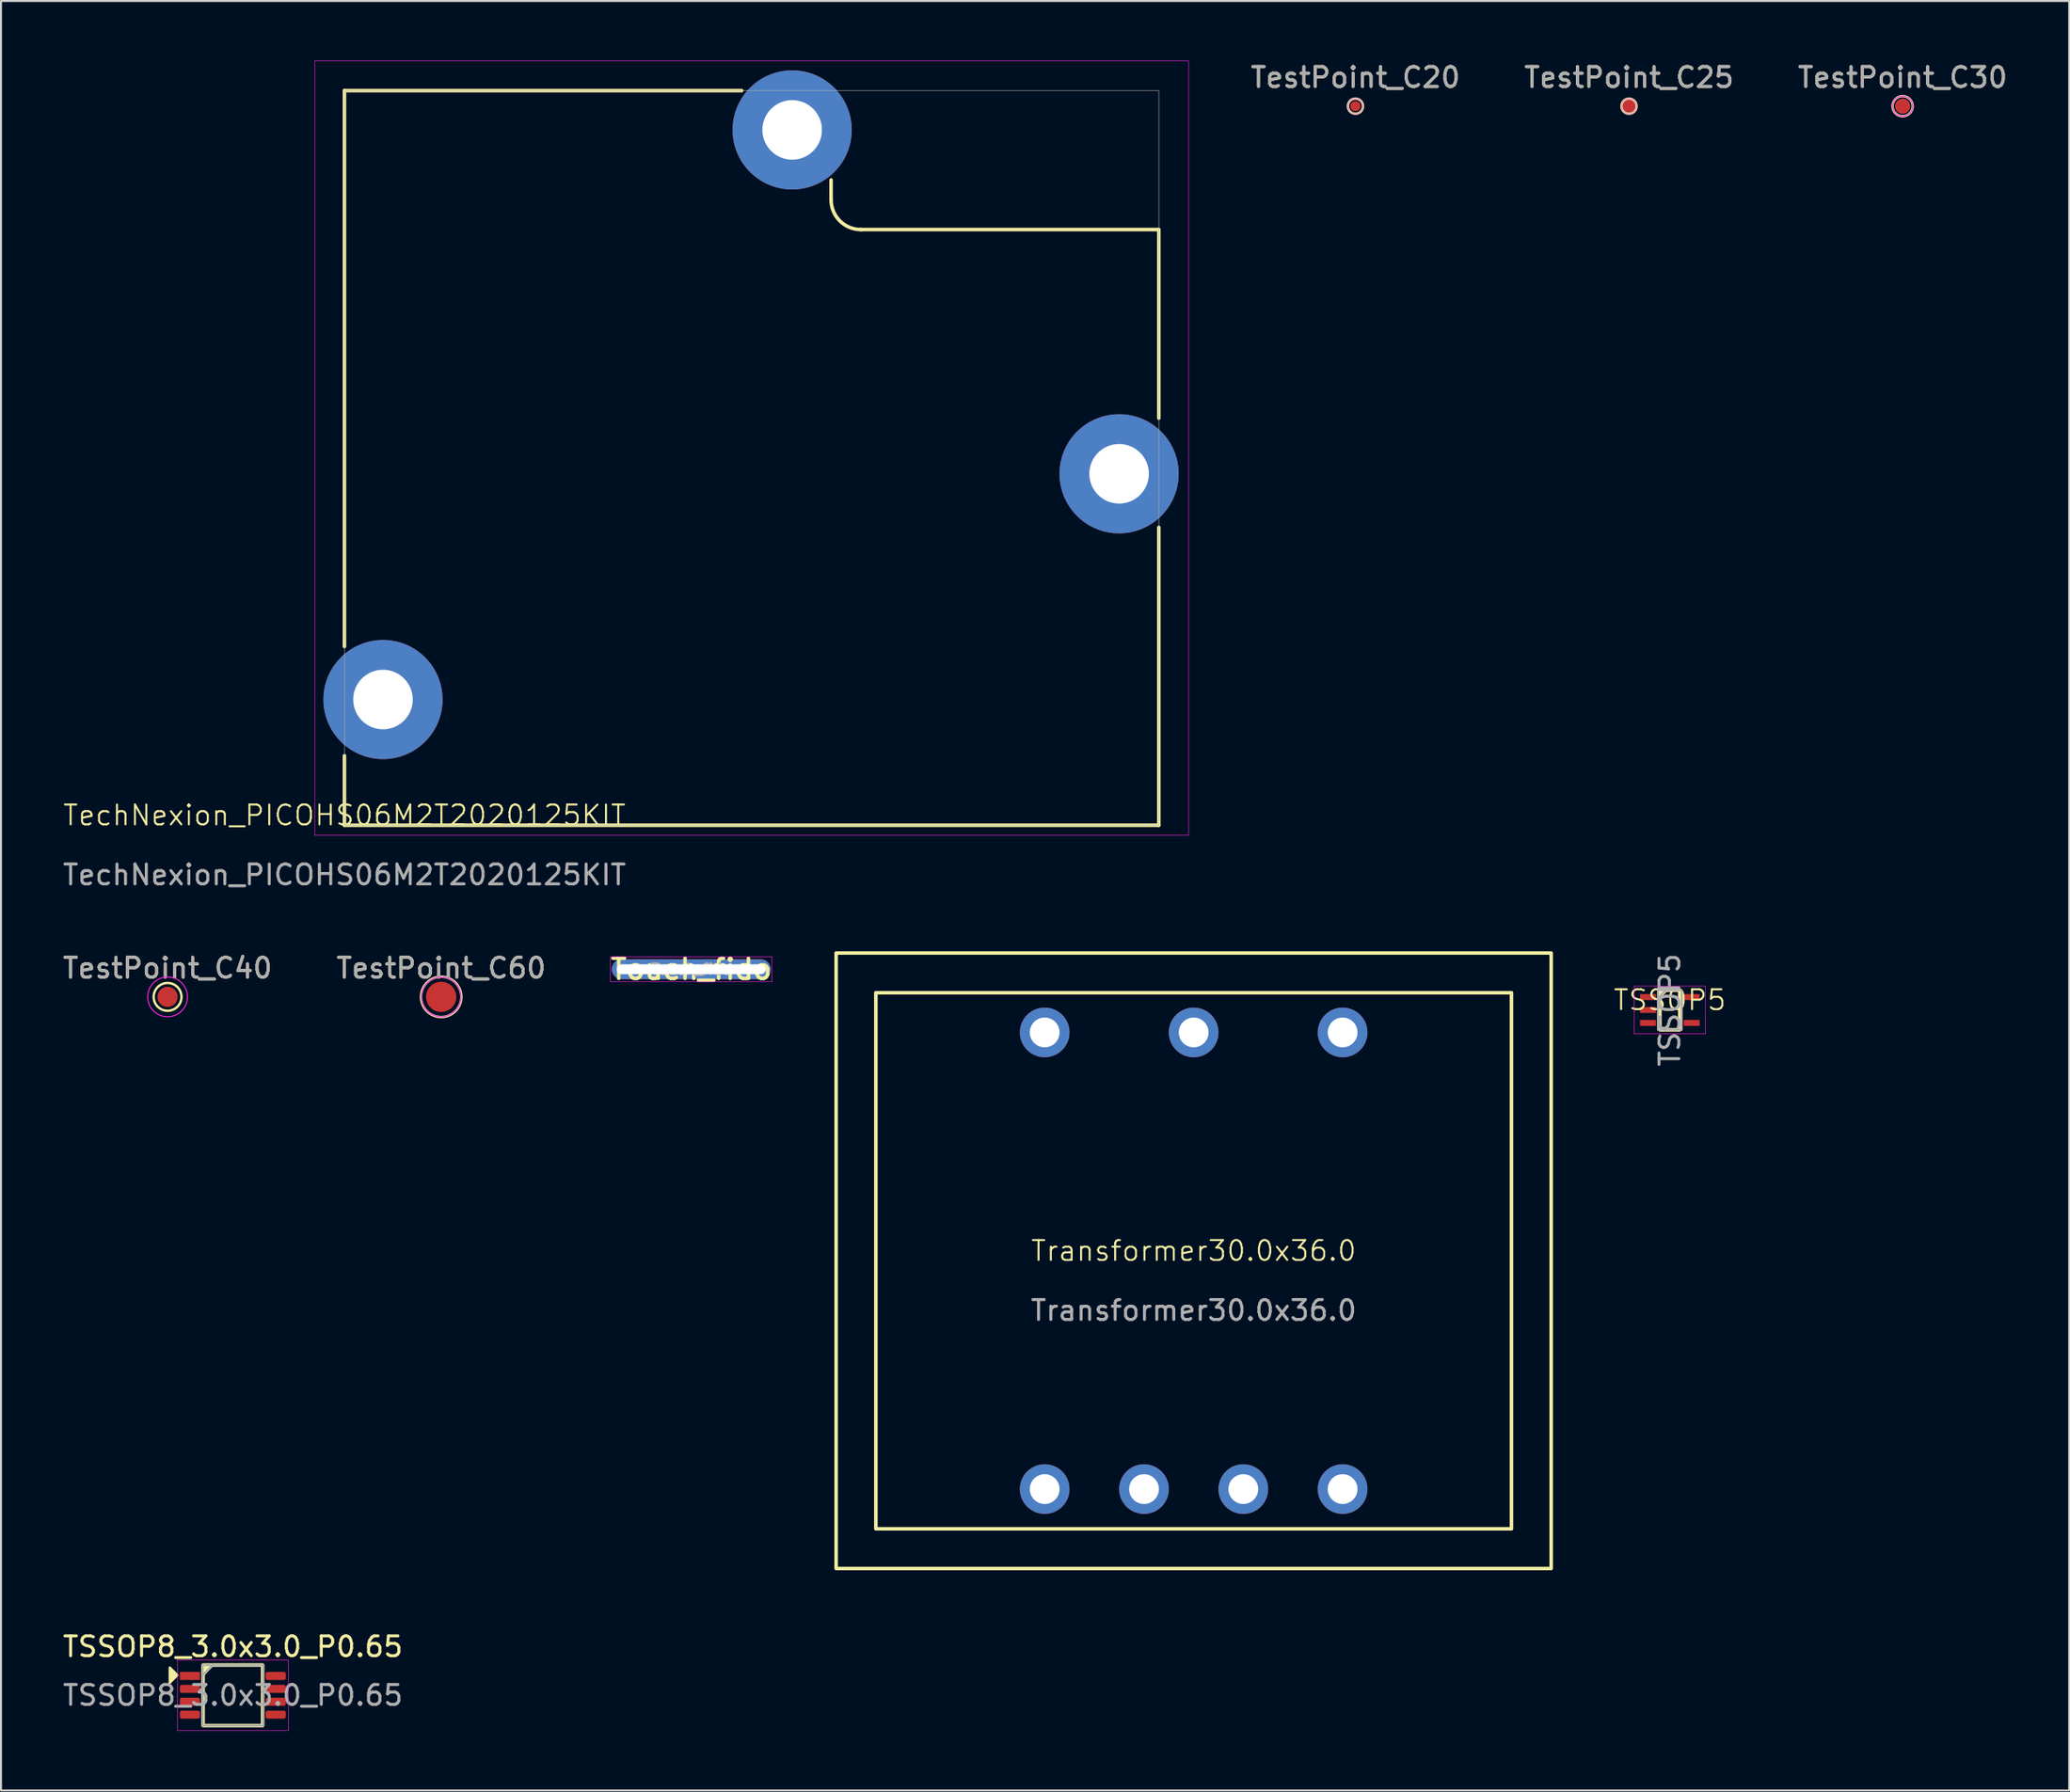
<source format=kicad_pcb>
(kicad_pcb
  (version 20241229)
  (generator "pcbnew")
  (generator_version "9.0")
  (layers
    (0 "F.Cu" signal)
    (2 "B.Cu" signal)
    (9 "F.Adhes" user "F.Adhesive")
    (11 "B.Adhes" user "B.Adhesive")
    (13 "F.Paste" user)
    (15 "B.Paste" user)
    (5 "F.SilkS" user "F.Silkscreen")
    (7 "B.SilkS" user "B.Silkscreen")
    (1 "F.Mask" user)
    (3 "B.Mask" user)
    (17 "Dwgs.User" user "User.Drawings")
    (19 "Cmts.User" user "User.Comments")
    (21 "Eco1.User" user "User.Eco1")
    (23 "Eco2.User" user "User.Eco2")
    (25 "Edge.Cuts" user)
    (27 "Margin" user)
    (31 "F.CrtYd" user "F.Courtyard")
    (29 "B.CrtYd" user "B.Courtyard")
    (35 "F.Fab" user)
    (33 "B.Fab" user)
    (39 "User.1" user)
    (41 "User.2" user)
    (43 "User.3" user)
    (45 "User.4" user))
  (footprint "Transformer30.0x36.0"
    (layer "F.Cu")
    (at 57.046 60.45)
    (property "Reference" "Transformer30.0x36.0" (at 0 -0.5 0) (unlocked yes) (layer "F.SilkS") (effects (font (size 1 1) (thickness 0.1))))
    (attr through_hole)
    (fp_rect (start -18 -15.5) (end 18 15.5) (stroke (width 0.178) (type solid)) (fill no) (layer "F.SilkS"))
    (fp_rect (start -16 -13.5) (end 16 13.5) (stroke (width 0.178) (type solid)) (fill no) (layer "F.SilkS"))
    (fp_text user "${REFERENCE}" (at 0 2.5 0) (unlocked yes) (layer "F.Fab") (effects (font (size 1 1) (thickness 0.15))))
    (pad "1" thru_hole circle (at -7.5 -11.5) (size 2.5 2.5) (drill 1.5) (layers "*.Cu" "*.Mask"))
    (pad "2" thru_hole circle (at 0 -11.5) (size 2.5 2.5) (drill 1.5) (layers "*.Cu" "*.Mask"))
    (pad "3" thru_hole circle (at 7.5 -11.5) (size 2.5 2.5) (drill 1.5) (layers "*.Cu" "*.Mask"))
    (pad "4" thru_hole circle (at -7.5 11.5) (size 2.5 2.5) (drill 1.5) (layers "*.Cu" "*.Mask"))
    (pad "5" thru_hole circle (at -2.5 11.5) (size 2.5 2.5) (drill 1.5) (layers "*.Cu" "*.Mask"))
    (pad "6" thru_hole circle (at 2.5 11.5) (size 2.5 2.5) (drill 1.5) (layers "*.Cu" "*.Mask"))
    (pad "7" thru_hole circle (at 7.5 11.5) (size 2.5 2.5) (drill 1.5) (layers "*.Cu" "*.Mask")))
  (footprint "TestPoint_C60"
    (layer "F.Cu")
    (at 19.161 47.159)
    (property "Reference" "TestPoint_C60" (at 0 -1.448 0) (layer "F.SilkS") (effects (font (size 1 1) (thickness 0.15))))
    (attr smd)
    (fp_circle (center 0 0) (end 1.016 0) (stroke (width 0.12) (type solid)) (fill no) (layer "F.SilkS"))
    (fp_circle (center 0 0) (end 1 0) (stroke (width 0.05) (type solid)) (fill no) (layer "F.CrtYd"))
    (fp_text user "${REFERENCE}" (at 0 -1.45 0) (layer "F.Fab") (effects (font (size 1 1) (thickness 0.15))))
    (pad "1" smd circle (at 0 0) (size 1.524 1.524) (layers "F.Cu" "F.Mask")))
  (footprint "TechNexion_PICOHS06M2T2020125KIT"
    (layer "F.Cu")
    (at 14.292 38.513)
    (property "Reference" "TechNexion_PICOHS06M2T2020125KIT" (at 0 -0.5 0) (unlocked yes) (layer "F.SilkS") (effects (font (size 1 1) (thickness 0.1))))
    (attr through_hole)
    (fp_line (start 0 -37) (end 20 -37) (stroke (width 0.178) (type default)) (layer "F.SilkS"))
    (fp_line (start 0 -9) (end 0 -37) (stroke (width 0.178) (type default)) (layer "F.SilkS"))
    (fp_line (start 0 -3.5) (end 0 0) (stroke (width 0.178) (type default)) (layer "F.SilkS"))
    (fp_line (start 24.5 -32.5) (end 24.5 -31.5) (stroke (width 0.178) (type default)) (layer "F.SilkS"))
    (fp_line (start 26 -30) (end 41 -30) (stroke (width 0.178) (type default)) (layer "F.SilkS"))
    (fp_line (start 41 -30) (end 41 -20.5) (stroke (width 0.178) (type default)) (layer "F.SilkS"))
    (fp_line (start 41 0) (end 0 0) (stroke (width 0.178) (type default)) (layer "F.SilkS"))
    (fp_line (start 41 0) (end 41 -15) (stroke (width 0.178) (type default)) (layer "F.SilkS"))
    (fp_arc (start 26 -30) (mid 24.93934 -30.43934) (end 24.5 -31.5) (stroke (width 0.1778) (type default)) (layer "F.SilkS"))
    (fp_rect (start -1.5 -38.5) (end 42.5 0.5) (stroke (width 0.025) (type default)) (fill no) (layer "F.CrtYd"))
    (fp_rect (start 0 0) (end 41 -37) (stroke (width 0.025) (type default)) (fill no) (layer "F.Fab"))
    (fp_text user "${REFERENCE}" (at 0 2.5 0) (unlocked yes) (layer "F.Fab") (effects (font (size 1 1) (thickness 0.15))))
    (pad "1" thru_hole circle (at 1.94 -6.33) (size 6 6) (drill 3) (layers "*.Cu" "*.Mask"))
    (pad "1" thru_hole circle (at 22.54 -35.02) (size 6 6) (drill 3) (layers "*.Cu" "*.Mask"))
    (pad "1" thru_hole circle (at 39 -17.7) (size 6 6) (drill 3) (layers "*.Cu" "*.Mask")))
  (footprint "TestPoint_C25"
    (layer "F.Cu")
    (at 78.965 2.298)
    (property "Reference" "TestPoint_C25" (at 0 -1.448 0) (layer "F.SilkS") (effects (font (size 1 1) (thickness 0.15))))
    (attr smd)
    (fp_circle (center 0 0) (end 0.381 0) (stroke (width 0.12) (type solid)) (fill no) (layer "F.SilkS"))
    (fp_circle (center 0 0) (end 0.381 0) (stroke (width 0.025) (type solid)) (fill no) (layer "F.CrtYd"))
    (fp_text user "${REFERENCE}" (at 0 -1.45 0) (layer "F.Fab") (effects (font (size 1 1) (thickness 0.15))))
    (pad "1" smd circle (at 0 0) (size 0.635 0.635) (layers "F.Cu" "F.Mask")))
  (footprint "TestPoint_C20"
    (layer "F.Cu")
    (at 65.191 2.298)
    (property "Reference" "TestPoint_C20" (at 0 -1.448 0) (layer "F.SilkS") (effects (font (size 1 1) (thickness 0.15))))
    (attr smd)
    (fp_circle (center 0 0) (end 0.381 0) (stroke (width 0.12) (type solid)) (fill no) (layer "F.SilkS"))
    (fp_circle (center 0 0) (end 0.381 0) (stroke (width 0.025) (type solid)) (fill no) (layer "F.CrtYd"))
    (fp_text user "${REFERENCE}" (at 0 -1.45 0) (layer "F.Fab") (effects (font (size 1 1) (thickness 0.15))))
    (pad "1" smd circle (at 0 0) (size 0.508 0.508) (layers "F.Cu" "F.Mask")))
  (footprint "Touch_fido"
    (layer "F.Cu")
    (at 31.753 45.767)
    (property "Reference" "Touch_fido" (at 0 0 0) (layer "F.SilkS") (effects (font (size 1.016 1.016) (thickness 0.178))))
    (attr smd)
    (fp_rect (start -4.064 -0.635) (end 4.064 0.635) (stroke (width 0.025) (type solid)) (fill no) (layer "F.CrtYd"))
    (fp_text user "${REFERENCE}" (at 0 0 0) (layer "F.Fab") (effects (font (size 0.508 0.508) (thickness 0.127))))
    (pad "1" thru_hole oval (at 0 0) (size 8 1) (drill oval 7.5 0.5) (layers "*.Cu" "*.Mask")))
  (footprint "TestPoint_C30"
    (layer "F.Cu")
    (at 92.739 2.298)
    (property "Reference" "TestPoint_C30" (at 0 -1.448 0) (layer "F.SilkS") (effects (font (size 1 1) (thickness 0.15))))
    (attr smd)
    (fp_circle (center 0 0) (end 0.508 0) (stroke (width 0.12) (type solid)) (fill no) (layer "F.SilkS"))
    (fp_circle (center 0 0) (end 0.508 0) (stroke (width 0.05) (type solid)) (fill no) (layer "F.CrtYd"))
    (fp_text user "${REFERENCE}" (at 0 -1.45 0) (layer "F.Fab") (effects (font (size 1 1) (thickness 0.15))))
    (pad "1" smd circle (at 0 0) (size 0.762 0.762) (layers "F.Cu" "F.Mask")))
  (footprint "TSSOP5"
    (layer "F.Cu")
    (at 81.019 47.819)
    (property "Reference" "TSSOP5" (at 0 -0.5 0) (unlocked yes) (layer "F.SilkS") (effects (font (size 1 1) (thickness 0.1))))
    (attr smd)
    (fp_line (start -0.5 -0.7) (end -0.2 -1) (stroke (width 0.178) (type default)) (layer "F.SilkS"))
    (fp_rect (start -0.5 1) (end 0.5 -1) (stroke (width 0.178) (type default)) (fill no) (layer "F.SilkS"))
    (fp_rect (start -1.8 -1.2) (end 1.8 1.2) (stroke (width 0.025) (type default)) (fill no) (layer "F.CrtYd"))
    (fp_line (start -0.6 -0.6) (end -0.2 -1) (stroke (width 0.1) (type default)) (layer "F.Fab"))
    (fp_rect (start -0.6 -1) (end 0.6 1) (stroke (width 0.1) (type default)) (fill no) (layer "F.Fab"))
    (fp_text user "${REFERENCE}" (at 0 0 90) (unlocked yes) (layer "F.Fab") (effects (font (size 1 1) (thickness 0.15))))
    (pad "1" smd rect (at -1.1 -0.65) (size 0.8 0.3) (layers "F.Cu" "F.Mask" "F.Paste"))
    (pad "2" smd rect (at -1.1 0) (size 0.8 0.3) (layers "F.Cu" "F.Mask" "F.Paste"))
    (pad "3" smd rect (at -1.1 0.65) (size 0.8 0.3) (layers "F.Cu" "F.Mask" "F.Paste"))
    (pad "4" smd rect (at 1.1 0.65) (size 0.8 0.3) (layers "F.Cu" "F.Mask" "F.Paste"))
    (pad "5" smd rect (at 1.1 -0.65) (size 0.8 0.3) (layers "F.Cu" "F.Mask" "F.Paste")))
  (footprint "TSSOP8_3.0x3.0_P0.65"
    (layer "F.Cu")
    (at 8.673 82.337)
    (property "Reference" "TSSOP8_3.0x3.0_P0.65" (at 0 -2.45 0) (layer "F.SilkS") (effects (font (size 1 1) (thickness 0.15))))
    (attr smd)
    (fp_rect (start -1.5 -1.524) (end 1.5 1.524) (stroke (width 0.178) (type solid)) (fill no) (layer "F.SilkS"))
    (fp_poly (pts (xy -2.794 -1.016) (xy -3.175 -0.635) (xy -3.175 -1.397)) (stroke (width 0.12) (type solid)) (fill yes) (layer "F.SilkS"))
    (fp_poly (pts (xy -1.5 -1.016) (xy -1.5 -1.524) (xy -1.016 -1.524)) (stroke (width 0.12) (type solid)) (fill yes) (layer "F.SilkS"))
    (fp_rect (start -2.794 -1.778) (end 2.794 1.778) (stroke (width 0.025) (type solid)) (fill no) (layer "F.CrtYd"))
    (fp_line (start -1.524 -1.016) (end -1.016 -1.524) (stroke (width 0.1) (type solid)) (layer "F.Fab"))
    (fp_rect (start -1.524 -1.524) (end 1.524 1.524) (stroke (width 0.1) (type solid)) (fill no) (layer "F.Fab"))
    (fp_text user "${REFERENCE}" (at 0 0 0) (layer "F.Fab") (effects (font (size 1 1) (thickness 0.15))))
    (pad "1" smd rect (at -2.159 -0.975) (size 1.016 0.406) (layers "F.Cu" "F.Mask" "F.Paste"))
    (pad "2" smd roundrect (at -2.159 -0.325) (size 1.016 0.406) (layers "F.Cu" "F.Mask" "F.Paste") (roundrect_rratio 0.25))
    (pad "3" smd roundrect (at -2.159 0.325) (size 1.016 0.406) (layers "F.Cu" "F.Mask" "F.Paste") (roundrect_rratio 0.25))
    (pad "4" smd roundrect (at -2.159 0.975) (size 1.016 0.406) (layers "F.Cu" "F.Mask" "F.Paste") (roundrect_rratio 0.25))
    (pad "5" smd roundrect (at 2.159 0.975) (size 1.016 0.406) (layers "F.Cu" "F.Mask" "F.Paste") (roundrect_rratio 0.25))
    (pad "6" smd roundrect (at 2.159 0.325) (size 1.016 0.406) (layers "F.Cu" "F.Mask" "F.Paste") (roundrect_rratio 0.25))
    (pad "7" smd roundrect (at 2.159 -0.325) (size 1.016 0.406) (layers "F.Cu" "F.Mask" "F.Paste") (roundrect_rratio 0.25))
    (pad "8" smd roundrect (at 2.159 -0.975) (size 1.016 0.406) (layers "F.Cu" "F.Mask" "F.Paste") (roundrect_rratio 0.25)))
  (footprint "TestPoint_C40"
    (layer "F.Cu")
    (at 5.387 47.159)
    (property "Reference" "TestPoint_C40" (at 0 -1.448 0) (layer "F.SilkS") (effects (font (size 1 1) (thickness 0.15))))
    (attr smd)
    (fp_circle (center 0 0) (end 0 0.7) (stroke (width 0.12) (type solid)) (fill no) (layer "F.SilkS"))
    (fp_circle (center 0 0) (end 1 0) (stroke (width 0.05) (type solid)) (fill no) (layer "F.CrtYd"))
    (fp_text user "${REFERENCE}" (at 0 -1.45 0) (layer "F.Fab") (effects (font (size 1 1) (thickness 0.15))))
    (pad "1" smd circle (at 0 0) (size 1.016 1.016) (layers "F.Cu" "F.Mask")))
  (gr_rect
    (start -3 -3)
    (end 101.126 87.128)
    (stroke (width 0.1) (type default))
    (fill no)
    (layer "Edge.Cuts")))
</source>
